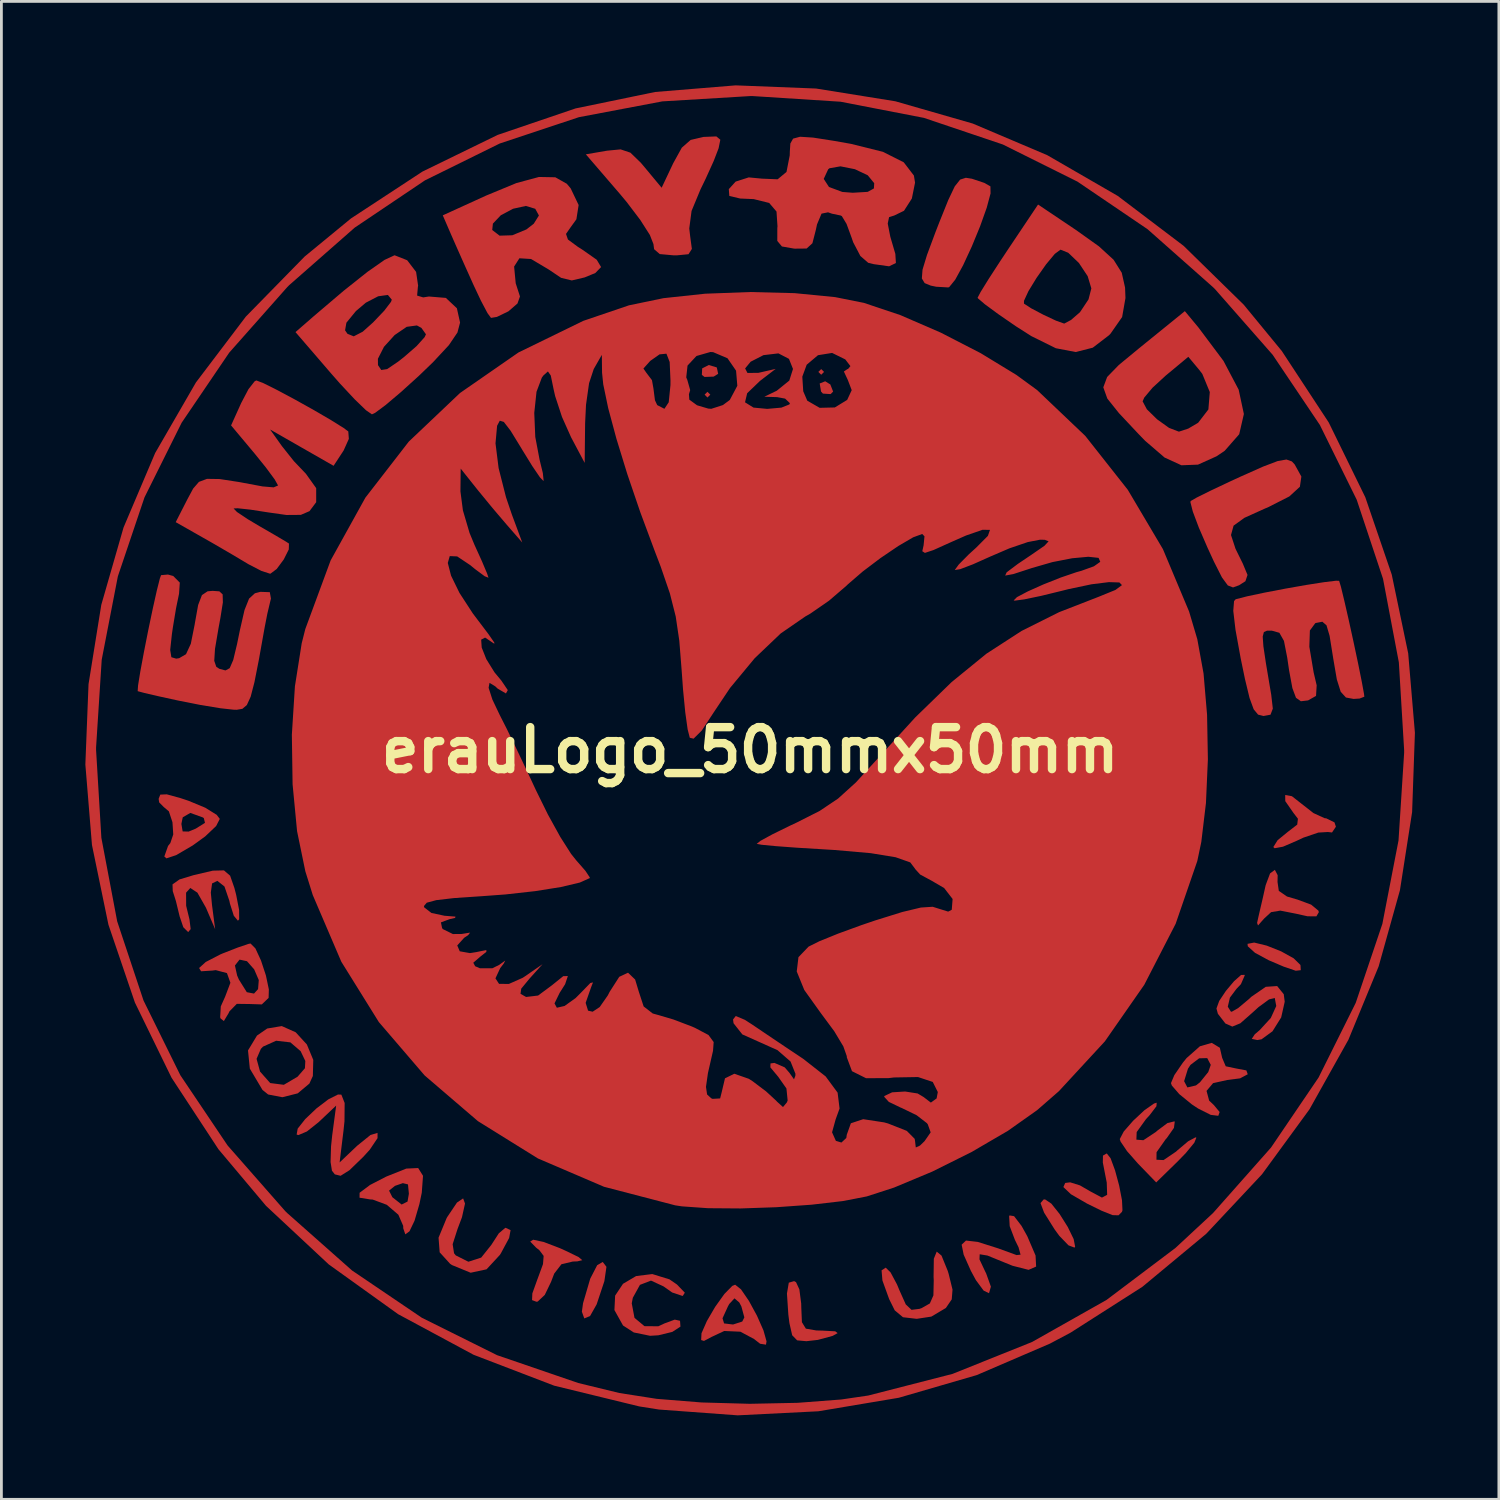
<source format=kicad_pcb>
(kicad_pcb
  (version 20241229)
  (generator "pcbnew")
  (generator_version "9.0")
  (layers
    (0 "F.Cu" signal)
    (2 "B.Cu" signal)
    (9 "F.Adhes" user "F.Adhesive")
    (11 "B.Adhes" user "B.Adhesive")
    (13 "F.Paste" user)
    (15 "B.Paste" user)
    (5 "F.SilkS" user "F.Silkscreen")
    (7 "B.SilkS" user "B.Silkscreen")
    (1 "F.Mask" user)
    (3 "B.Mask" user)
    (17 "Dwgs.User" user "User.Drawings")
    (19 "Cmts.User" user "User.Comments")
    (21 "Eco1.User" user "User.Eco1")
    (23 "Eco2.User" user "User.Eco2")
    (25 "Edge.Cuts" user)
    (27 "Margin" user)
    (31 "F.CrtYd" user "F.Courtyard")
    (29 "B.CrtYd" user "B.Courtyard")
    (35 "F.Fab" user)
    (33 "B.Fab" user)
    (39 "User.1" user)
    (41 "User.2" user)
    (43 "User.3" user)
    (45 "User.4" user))
  (footprint "erauLogo_50mmx50mm"
    (layer "F.Cu")
    (at 23.751 23.751)
    (property "Reference" "erauLogo_50mmx50mm" (at 0 0 0) (layer "F.SilkS") (effects (font (size 1.5 1.5) (thickness 0.3))))
    (attr board_only exclude_from_pos_files exclude_from_bom)
    (fp_poly (pts (xy -1.422 -12.7) (xy -1.524 -12.598) (xy -1.626 -12.7) (xy -1.524 -12.802)) (stroke (width 0) (type solid)) (fill yes) (layer "F.Cu"))
    (fp_poly (pts (xy 2.642 -13.513) (xy 2.54 -13.411) (xy 2.438 -13.513) (xy 2.54 -13.614)) (stroke (width 0) (type solid)) (fill yes) (layer "F.Cu"))
    (fp_poly (pts (xy 2.866 -13.065) (xy 2.966 -12.81) (xy 2.877 -12.72) (xy 2.601 -12.738) (xy 2.534 -12.812) (xy 2.486 -13.1) (xy 2.683 -13.178)) (stroke (width 0) (type solid)) (fill yes) (layer "F.Cu"))
    (fp_poly (pts (xy -1.201 -13.677) (xy -1.188 -13.664) (xy -1.142 -13.445) (xy -1.301 -13.345) (xy -1.629 -13.333) (xy -1.724 -13.406) (xy -1.713 -13.639) (xy -1.478 -13.759)) (stroke (width 0) (type solid)) (fill yes) (layer "F.Cu"))
    (fp_poly (pts (xy -5.133 18.461) (xy -5.207 18.973) (xy -5.483 19.803) (xy -5.719 20.221) (xy -5.925 20.305) (xy -6.011 20.065) (xy -5.969 19.761) (xy -5.713 18.886) (xy -5.464 18.403) (xy -5.266 18.288)) (stroke (width 0) (type solid)) (fill yes) (layer "F.Cu"))
    (fp_poly (pts (xy 10.763 16.204) (xy 11.058 16.574) (xy 11.35 17.038) (xy 11.56 17.47) (xy 11.613 17.744) (xy 11.59 17.775) (xy 11.375 17.694) (xy 11.048 17.355) (xy 10.882 17.128) (xy 10.504 16.526) (xy 10.376 16.185) (xy 10.484 16.057) (xy 10.539 16.053)) (stroke (width 0) (type solid)) (fill yes) (layer "F.Cu"))
    (fp_poly (pts (xy 18.457 6.985) (xy 18.974 7.191) (xy 19.421 7.439) (xy 19.66 7.673) (xy 19.664 7.685) (xy 19.675 7.863) (xy 19.495 7.883) (xy 19.064 7.736) (xy 18.528 7.507) (xy 18.04 7.243) (xy 17.782 7.009) (xy 17.772 6.922) (xy 18.01 6.876)) (stroke (width 0) (type solid)) (fill yes) (layer "F.Cu"))
    (fp_poly (pts (xy 1.64 19.008) (xy 1.76 19.268) (xy 1.825 19.77) (xy 1.829 19.926) (xy 1.851 20.441) (xy 1.992 20.671) (xy 2.365 20.735) (xy 2.591 20.741) (xy 3.043 20.766) (xy 3.127 20.831) (xy 2.946 20.93) (xy 2.418 21.073) (xy 2.008 21.119) (xy 1.681 21.089) (xy 1.503 20.907) (xy 1.404 20.47) (xy 1.366 20.168) (xy 1.316 19.417) (xy 1.382 19.028) (xy 1.572 18.973)) (stroke (width 0) (type solid)) (fill yes) (layer "F.Cu"))
    (fp_poly (pts (xy 18.849 4.469) (xy 18.844 4.711) (xy 18.89 5.029) (xy 19.181 5.23) (xy 19.558 5.341) (xy 20.045 5.521) (xy 20.306 5.737) (xy 20.32 5.79) (xy 20.233 5.94) (xy 19.915 5.937) (xy 19.498 5.844) (xy 18.944 5.735) (xy 18.615 5.789) (xy 18.366 6.018) (xy 18.147 6.265) (xy 18.114 6.174) (xy 18.176 5.893) (xy 18.318 5.283) (xy 18.42 4.826) (xy 18.578 4.405) (xy 18.749 4.278)) (stroke (width 0) (type solid)) (fill yes) (layer "F.Cu"))
    (fp_poly (pts (xy 19.358 1.647) (xy 19.671 1.892) (xy 20.127 2.249) (xy 20.525 2.432) (xy 20.585 2.438) (xy 20.879 2.582) (xy 20.93 2.737) (xy 20.791 2.943) (xy 20.645 2.926) (xy 20.303 2.946) (xy 19.773 3.126) (xy 19.527 3.241) (xy 19.039 3.451) (xy 18.74 3.506) (xy 18.694 3.463) (xy 18.848 3.218) (xy 19.209 2.923) (xy 19.548 2.662) (xy 19.573 2.452) (xy 19.412 2.242) (xy 19.121 1.823) (xy 19.118 1.604)) (stroke (width 0) (type solid)) (fill yes) (layer "F.Cu"))
    (fp_poly (pts (xy -7.379 17.573) (xy -6.799 17.794) (xy -6.604 17.882) (xy -6.129 18.112) (xy -5.996 18.225) (xy -6.175 18.267) (xy -6.334 18.273) (xy -6.741 18.369) (xy -6.999 18.703) (xy -7.112 18.999) (xy -7.336 19.464) (xy -7.588 19.702) (xy -7.634 19.71) (xy -7.791 19.651) (xy -7.781 19.412) (xy -7.598 18.902) (xy -7.592 18.888) (xy -7.4 18.365) (xy -7.377 18.072) (xy -7.53 17.868) (xy -7.645 17.777) (xy -7.857 17.559) (xy -7.751 17.493)) (stroke (width 0) (type solid)) (fill yes) (layer "F.Cu"))
    (fp_poly (pts (xy 7.925 -20.415) (xy 8.369 -20.266) (xy 8.586 -20.143) (xy 8.591 -19.89) (xy 8.454 -19.379) (xy 8.216 -18.712) (xy 7.92 -17.992) (xy 7.61 -17.323) (xy 7.327 -16.806) (xy 7.115 -16.545) (xy 7.081 -16.531) (xy 6.649 -16.556) (xy 6.452 -16.597) (xy 6.236 -16.686) (xy 6.136 -16.852) (xy 6.16 -17.165) (xy 6.32 -17.692) (xy 6.622 -18.504) (xy 6.756 -18.849) (xy 7.079 -19.652) (xy 7.311 -20.141) (xy 7.504 -20.384) (xy 7.707 -20.449)) (stroke (width 0) (type solid)) (fill yes) (layer "F.Cu"))
    (fp_poly (pts (xy 12.88 14.584) (xy 13.038 15.012) (xy 13.186 15.559) (xy 13.287 16.082) (xy 13.304 16.441) (xy 13.286 16.497) (xy 13.163 16.621) (xy 12.952 16.615) (xy 12.557 16.457) (xy 12.04 16.203) (xy 11.463 15.869) (xy 11.193 15.612) (xy 11.258 15.465) (xy 11.436 15.443) (xy 11.785 15.552) (xy 12.16 15.769) (xy 12.571 15.988) (xy 12.757 15.889) (xy 12.742 15.45) (xy 12.704 15.258) (xy 12.602 14.732) (xy 12.607 14.488) (xy 12.728 14.417) (xy 12.747 14.415)) (stroke (width 0) (type solid)) (fill yes) (layer "F.Cu"))
    (fp_poly (pts (xy -10.186 16.201) (xy -10.295 16.69) (xy -10.455 17.115) (xy -10.628 17.654) (xy -10.578 17.977) (xy -10.516 18.054) (xy -10.066 18.28) (xy -9.608 18.132) (xy -9.246 17.678) (xy -8.979 17.265) (xy -8.75 17.071) (xy -8.732 17.069) (xy -8.558 17.15) (xy -8.61 17.431) (xy -8.899 17.969) (xy -8.939 18.034) (xy -9.417 18.551) (xy -9.985 18.673) (xy -10.65 18.4) (xy -10.719 18.354) (xy -11.092 17.943) (xy -11.132 17.421) (xy -10.844 16.723) (xy -10.82 16.68) (xy -10.474 16.166) (xy -10.254 16.017)) (stroke (width 0) (type solid)) (fill yes) (layer "F.Cu"))
    (fp_poly (pts (xy -14.604 12.31) (xy -14.487 12.608) (xy -14.493 13.262) (xy -14.527 13.588) (xy -14.667 14.732) (xy -14.041 14.137) (xy -13.564 13.752) (xy -13.312 13.676) (xy -13.312 13.865) (xy -13.588 14.275) (xy -13.821 14.532) (xy -14.316 15.011) (xy -14.631 15.209) (xy -14.839 15.158) (xy -14.941 15.027) (xy -14.99 14.718) (xy -14.973 14.157) (xy -14.931 13.757) (xy -14.79 12.7) (xy -15.419 13.295) (xy -15.836 13.626) (xy -16.139 13.755) (xy -16.202 13.736) (xy -16.165 13.524) (xy -15.894 13.182) (xy -15.494 12.802) (xy -15.07 12.479) (xy -14.725 12.305)) (stroke (width 0) (type solid)) (fill yes) (layer "F.Cu"))
    (fp_poly (pts (xy -2.882 18.909) (xy -2.613 19.094) (xy -2.333 19.386) (xy -2.405 19.5) (xy -2.422 19.5) (xy -2.786 19.378) (xy -3.095 19.16) (xy -3.541 18.954) (xy -3.936 19.106) (xy -4.191 19.568) (xy -4.229 19.768) (xy -4.131 20.285) (xy -3.775 20.582) (xy -3.279 20.586) (xy -3.062 20.485) (xy -2.692 20.348) (xy -2.504 20.39) (xy -2.489 20.598) (xy -2.78 20.787) (xy -3.277 20.908) (xy -3.575 20.926) (xy -4.156 20.807) (xy -4.541 20.558) (xy -4.848 20.007) (xy -4.823 19.491) (xy -4.541 19.068) (xy -4.074 18.792) (xy -3.496 18.72)) (stroke (width 0) (type solid)) (fill yes) (layer "F.Cu"))
    (fp_poly (pts (xy 6.839 18.061) (xy 7.06 18.604) (xy 7.094 18.714) (xy 7.232 19.276) (xy 7.204 19.625) (xy 6.997 19.928) (xy 6.993 19.933) (xy 6.476 20.24) (xy 5.953 20.32) (xy 5.462 20.263) (xy 5.167 20.017) (xy 4.968 19.615) (xy 4.727 18.949) (xy 4.697 18.588) (xy 4.846 18.491) (xy 5.019 18.662) (xy 5.249 19.093) (xy 5.337 19.304) (xy 5.562 19.805) (xy 5.768 19.999) (xy 6.054 19.963) (xy 6.13 19.936) (xy 6.422 19.77) (xy 6.549 19.482) (xy 6.561 18.945) (xy 6.555 18.818) (xy 6.564 18.172) (xy 6.667 17.918)) (stroke (width 0) (type solid)) (fill yes) (layer "F.Cu"))
    (fp_poly (pts (xy -16.236 10.082) (xy -15.837 10.517) (xy -15.608 11.069) (xy -15.623 11.644) (xy -15.747 11.915) (xy -16.164 12.264) (xy -16.712 12.402) (xy -17.221 12.304) (xy -17.423 12.141) (xy -17.875 11.38) (xy -17.91 11.03) (xy -17.634 11.03) (xy -17.509 11.487) (xy -17.147 11.896) (xy -16.66 11.958) (xy -16.169 11.669) (xy -15.906 11.366) (xy -15.892 11.107) (xy -16.06 10.756) (xy -16.426 10.442) (xy -16.935 10.384) (xy -17.403 10.594) (xy -17.48 10.674) (xy -17.634 11.03) (xy -17.91 11.03) (xy -17.94 10.73) (xy -17.619 10.199) (xy -17.254 9.947) (xy -16.733 9.86)) (stroke (width 0) (type solid)) (fill yes) (layer "F.Cu"))
    (fp_poly (pts (xy -11.687 15.209) (xy -11.731 15.813) (xy -11.816 16.22) (xy -11.99 16.815) (xy -12.171 17.193) (xy -12.319 17.302) (xy -12.393 17.087) (xy -12.395 16.999) (xy -12.568 16.6) (xy -12.983 16.245) (xy -13.484 16.059) (xy -13.58 16.053) (xy -13.955 15.992) (xy -13.953 15.816) (xy -13.85 15.739) (xy -12.9 15.739) (xy -12.782 15.975) (xy -12.451 16.236) (xy -12.24 16.13) (xy -12.192 15.85) (xy -12.224 15.517) (xy -12.408 15.472) (xy -12.689 15.569) (xy -12.9 15.739) (xy -13.85 15.739) (xy -13.58 15.537) (xy -13.001 15.238) (xy -12.285 14.952) (xy -11.86 14.932)) (stroke (width 0) (type solid)) (fill yes) (layer "F.Cu"))
    (fp_poly (pts (xy 9.431 16.652) (xy 9.697 16.998) (xy 9.903 17.367) (xy 10.199 18.058) (xy 10.219 18.453) (xy 9.95 18.57) (xy 9.376 18.424) (xy 9.076 18.302) (xy 8.48 18.059) (xy 8.203 18.013) (xy 8.195 18.195) (xy 8.403 18.637) (xy 8.432 18.693) (xy 8.603 19.17) (xy 8.536 19.405) (xy 8.343 19.311) (xy 8.067 18.937) (xy 7.889 18.608) (xy 7.63 18.027) (xy 7.558 17.67) (xy 7.713 17.523) (xy 8.136 17.572) (xy 8.866 17.803) (xy 9.52 18.042) (xy 9.663 18.028) (xy 9.591 17.764) (xy 9.461 17.499) (xy 9.275 17.01) (xy 9.255 16.656) (xy 9.269 16.625)) (stroke (width 0) (type solid)) (fill yes) (layer "F.Cu"))
    (fp_poly (pts (xy 19.356 -10.315) (xy 19.456 -10.208) (xy 19.696 -9.774) (xy 19.643 -9.409) (xy 19.265 -9.063) (xy 18.528 -8.688) (xy 18.386 -8.627) (xy 17.662 -8.3) (xy 17.274 -8.02) (xy 17.182 -7.685) (xy 17.344 -7.191) (xy 17.604 -6.663) (xy 17.772 -6.259) (xy 17.697 -6.035) (xy 17.47 -5.89) (xy 17.254 -5.812) (xy 17.068 -5.884) (xy 16.859 -6.169) (xy 16.575 -6.729) (xy 16.344 -7.23) (xy 16.032 -7.951) (xy 15.817 -8.524) (xy 15.732 -8.856) (xy 15.74 -8.899) (xy 15.961 -9.026) (xy 16.464 -9.275) (xy 17.158 -9.603) (xy 17.525 -9.772) (xy 18.329 -10.13) (xy 18.848 -10.327) (xy 19.163 -10.383)) (stroke (width 0) (type solid)) (fill yes) (layer "F.Cu"))
    (fp_poly (pts (xy -1.064 -21.809) (xy -1.126 -21.503) (xy -1.3 -21.051) (xy -1.586 -20.419) (xy -1.771 -20.038) (xy -2.092 -19.264) (xy -2.174 -18.638) (xy -2.142 -18.362) (xy -2.081 -17.907) (xy -2.201 -17.718) (xy -2.605 -17.679) (xy -2.734 -17.678) (xy -3.229 -17.723) (xy -3.43 -17.897) (xy -3.454 -18.08) (xy -3.582 -18.406) (xy -3.922 -18.939) (xy -4.412 -19.585) (xy -4.662 -19.884) (xy -5.869 -21.287) (xy -5.119 -21.416) (xy -4.627 -21.464) (xy -4.277 -21.346) (xy -3.908 -20.989) (xy -3.765 -20.82) (xy -3.161 -20.093) (xy -2.747 -20.969) (xy -2.44 -21.525) (xy -2.126 -21.801) (xy -1.679 -21.907) (xy -1.657 -21.909) (xy -1.207 -21.927)) (stroke (width 0) (type solid)) (fill yes) (layer "F.Cu"))
    (fp_poly (pts (xy -0.326 19.266) (xy -0.044 19.677) (xy 0.245 20.208) (xy 0.477 20.733) (xy 0.587 21.124) (xy 0.567 21.243) (xy 0.357 21.21) (xy 0.14 21.041) (xy -0.347 20.78) (xy -0.924 20.754) (xy -1.378 20.967) (xy -1.649 21.11) (xy -1.749 21.078) (xy -1.737 20.836) (xy -1.545 20.4) (xy -1.487 20.3) (xy -0.986 20.3) (xy -0.93 20.484) (xy -0.61 20.523) (xy -0.281 20.417) (xy -0.206 20.269) (xy -0.312 19.877) (xy -0.388 19.734) (xy -0.559 19.588) (xy -0.746 19.791) (xy -0.791 19.873) (xy -0.986 20.3) (xy -1.487 20.3) (xy -1.248 19.891) (xy -0.92 19.432) (xy -0.637 19.143) (xy -0.534 19.101)) (stroke (width 0) (type solid)) (fill yes) (layer "F.Cu"))
    (fp_poly (pts (xy -20.351 1.715) (xy -20.066 1.81) (xy -19.468 2.058) (xy -19.059 2.312) (xy -18.948 2.458) (xy -19.079 2.713) (xy -19.469 3.083) (xy -19.913 3.405) (xy -20.508 3.753) (xy -20.855 3.868) (xy -20.93 3.801) (xy -20.797 3.424) (xy -20.715 3.321) (xy -20.611 3.013) (xy -20.635 2.637) (xy -20.32 2.637) (xy -20.275 2.905) (xy -20.062 2.911) (xy -19.806 2.805) (xy -19.477 2.599) (xy -19.519 2.429) (xy -19.552 2.406) (xy -20.002 2.244) (xy -20.272 2.402) (xy -20.32 2.637) (xy -20.635 2.637) (xy -20.64 2.574) (xy -20.768 2.187) (xy -20.952 2.032) (xy -21.114 1.868) (xy -21.133 1.74) (xy -21.074 1.59) (xy -20.842 1.58)) (stroke (width 0) (type solid)) (fill yes) (layer "F.Cu"))
    (fp_poly (pts (xy -18.579 4.487) (xy -18.426 4.926) (xy -18.363 5.17) (xy -18.258 5.71) (xy -18.256 6.044) (xy -18.3 6.096) (xy -18.447 5.919) (xy -18.586 5.482) (xy -18.606 5.385) (xy -18.781 4.873) (xy -19.031 4.674) (xy -19.04 4.674) (xy -19.223 4.763) (xy -19.269 5.091) (xy -19.226 5.537) (xy -19.113 6.401) (xy -19.442 5.632) (xy -19.748 5.093) (xy -20.001 4.926) (xy -20.152 5.093) (xy -20.15 5.561) (xy -20.032 6.045) (xy -19.988 6.395) (xy -20.078 6.502) (xy -20.252 6.328) (xy -20.382 5.944) (xy -20.516 5.393) (xy -20.629 5.037) (xy -20.637 4.797) (xy -20.386 4.62) (xy -19.882 4.467) (xy -19.198 4.307) (xy -18.8 4.297)) (stroke (width 0) (type solid)) (fill yes) (layer "F.Cu"))
    (fp_poly (pts (xy 14.517 12.725) (xy 14.277 13.041) (xy 14.144 13.186) (xy 13.812 13.647) (xy 13.801 13.918) (xy 14.051 13.938) (xy 14.499 13.642) (xy 14.543 13.601) (xy 14.912 13.325) (xy 15.158 13.265) (xy 15.172 13.276) (xy 15.143 13.498) (xy 14.889 13.86) (xy 14.847 13.905) (xy 14.522 14.367) (xy 14.518 14.635) (xy 14.772 14.648) (xy 15.22 14.344) (xy 15.26 14.306) (xy 15.65 13.977) (xy 15.909 13.837) (xy 15.945 13.846) (xy 15.87 14.029) (xy 15.569 14.395) (xy 15.277 14.696) (xy 14.509 15.446) (xy 13.859 14.774) (xy 13.468 14.33) (xy 13.236 13.986) (xy 13.208 13.897) (xy 13.349 13.628) (xy 13.686 13.242) (xy 14.089 12.866) (xy 14.431 12.627) (xy 14.527 12.598)) (stroke (width 0) (type solid)) (fill yes) (layer "F.Cu"))
    (fp_poly (pts (xy 16.783 10.635) (xy 16.866 10.995) (xy 16.994 11.297) (xy 17.386 11.379) (xy 17.731 11.444) (xy 17.78 11.582) (xy 17.506 11.728) (xy 17.05 11.786) (xy 16.541 11.899) (xy 16.308 12.176) (xy 16.401 12.523) (xy 16.566 12.679) (xy 16.776 12.931) (xy 16.728 13.066) (xy 16.457 13.032) (xy 16.005 12.805) (xy 15.783 12.658) (xy 15.332 12.29) (xy 15.067 11.983) (xy 15.037 11.898) (xy 15.066 11.829) (xy 15.507 11.829) (xy 15.623 12.052) (xy 15.929 11.981) (xy 16.073 11.869) (xy 16.369 11.502) (xy 16.459 11.246) (xy 16.332 11.004) (xy 16.044 11.012) (xy 15.735 11.246) (xy 15.644 11.383) (xy 15.507 11.829) (xy 15.066 11.829) (xy 15.158 11.611) (xy 15.462 11.167) (xy 15.596 11.002) (xy 16.071 10.582) (xy 16.493 10.46)) (stroke (width 0) (type solid)) (fill yes) (layer "F.Cu"))
    (fp_poly (pts (xy 17.672 8.052) (xy 17.537 8.362) (xy 17.374 8.534) (xy 17.143 8.843) (xy 17.067 9.168) (xy 17.178 9.344) (xy 17.21 9.347) (xy 17.435 9.219) (xy 17.813 8.903) (xy 17.909 8.813) (xy 18.424 8.457) (xy 18.831 8.43) (xy 19.067 8.722) (xy 19.101 8.991) (xy 18.975 9.551) (xy 18.665 10.046) (xy 18.272 10.333) (xy 18.124 10.359) (xy 17.923 10.318) (xy 18.029 10.156) (xy 18.208 10.003) (xy 18.603 9.572) (xy 18.799 9.143) (xy 18.745 8.855) (xy 18.54 8.908) (xy 18.164 9.184) (xy 17.954 9.375) (xy 17.515 9.761) (xy 17.229 9.878) (xy 16.987 9.77) (xy 16.976 9.761) (xy 16.713 9.42) (xy 16.662 9.232) (xy 16.761 8.961) (xy 17 8.603) (xy 17.289 8.259) (xy 17.542 8.034) (xy 17.669 8.03)) (stroke (width 0) (type solid)) (fill yes) (layer "F.Cu"))
    (fp_poly (pts (xy 16.014 -15.106) (xy 16.914 -13.905) (xy 17.456 -12.877) (xy 17.642 -12.009) (xy 17.475 -11.286) (xy 16.956 -10.694) (xy 16.665 -10.498) (xy 16.003 -10.2) (xy 15.411 -10.177) (xy 14.809 -10.453) (xy 14.113 -11.052) (xy 13.87 -11.303) (xy 13.179 -12.039) (xy 12.842 -12.461) (xy 14.024 -12.461) (xy 14.176 -12.177) (xy 14.539 -11.821) (xy 14.967 -11.514) (xy 15.316 -11.379) (xy 15.324 -11.379) (xy 15.653 -11.487) (xy 16.008 -11.696) (xy 16.374 -12.172) (xy 16.424 -12.793) (xy 16.157 -13.441) (xy 16.051 -13.58) (xy 15.657 -14.053) (xy 14.843 -13.376) (xy 14.379 -12.949) (xy 14.082 -12.595) (xy 14.024 -12.461) (xy 12.842 -12.461) (xy 12.762 -12.562) (xy 12.619 -12.962) (xy 12.756 -13.331) (xy 13.173 -13.76) (xy 13.875 -14.339) (xy 13.972 -14.418) (xy 15.533 -15.684)) (stroke (width 0) (type solid)) (fill yes) (layer "F.Cu"))
    (fp_poly (pts (xy -17.676 7.084) (xy -17.477 7.514) (xy -17.3 8.051) (xy -17.195 8.551) (xy -17.204 8.853) (xy -17.446 9.086) (xy -17.884 9.072) (xy -18.34 9.066) (xy -18.602 9.333) (xy -18.636 9.404) (xy -18.803 9.681) (xy -18.919 9.589) (xy -18.935 9.546) (xy -18.912 9.155) (xy -18.76 8.817) (xy -18.569 8.313) (xy -18.692 7.968) (xy -19.092 7.861) (xy -19.213 7.877) (xy -19.617 7.902) (xy -19.687 7.785) (xy -19.589 7.696) (xy -18.407 7.696) (xy -18.329 8.051) (xy -18.266 8.197) (xy -17.983 8.649) (xy -17.725 8.699) (xy -17.58 8.539) (xy -17.555 8.216) (xy -17.719 7.835) (xy -17.977 7.542) (xy -18.235 7.487) (xy -18.249 7.494) (xy -18.407 7.696) (xy -19.589 7.696) (xy -19.45 7.57) (xy -18.933 7.302) (xy -18.844 7.264) (xy -18.301 7.052) (xy -17.927 6.925) (xy -17.851 6.909)) (stroke (width 0) (type solid)) (fill yes) (layer "F.Cu"))
    (fp_poly (pts (xy 11.639 -18.586) (xy 12.461 -18.001) (xy 12.987 -17.52) (xy 13.278 -17.057) (xy 13.397 -16.526) (xy 13.411 -16.152) (xy 13.292 -15.474) (xy 12.878 -14.88) (xy 12.817 -14.818) (xy 12.242 -14.378) (xy 11.633 -14.223) (xy 10.923 -14.359) (xy 10.048 -14.792) (xy 9.497 -15.143) (xy 8.863 -15.58) (xy 8.385 -15.932) (xy 8.244 -16.053) (xy 9.785 -16.053) (xy 9.785 -15.953) (xy 10.043 -15.785) (xy 10.483 -15.553) (xy 10.931 -15.343) (xy 11.215 -15.242) (xy 11.227 -15.241) (xy 11.468 -15.37) (xy 11.786 -15.646) (xy 12.091 -16.104) (xy 12.192 -16.497) (xy 12.061 -16.933) (xy 11.747 -17.406) (xy 11.366 -17.77) (xy 11.09 -17.881) (xy 10.886 -17.73) (xy 10.574 -17.355) (xy 10.234 -16.872) (xy 9.945 -16.399) (xy 9.785 -16.053) (xy 8.244 -16.053) (xy 8.143 -16.139) (xy 8.128 -16.164) (xy 8.234 -16.366) (xy 8.518 -16.826) (xy 8.932 -17.464) (xy 9.208 -17.88) (xy 10.288 -19.493)) (stroke (width 0) (type solid)) (fill yes) (layer "F.Cu"))
    (fp_poly (pts (xy -6.961 -20.467) (xy -6.549 -20.235) (xy -6.412 -20.072) (xy -6.127 -19.476) (xy -6.207 -18.966) (xy -6.411 -18.683) (xy -6.578 -18.443) (xy -6.509 -18.243) (xy -6.15 -17.979) (xy -6.005 -17.888) (xy -5.481 -17.521) (xy -5.324 -17.259) (xy -5.53 -17.047) (xy -5.912 -16.889) (xy -6.371 -16.781) (xy -6.753 -16.874) (xy -7.206 -17.178) (xy -7.827 -17.547) (xy -8.243 -17.573) (xy -8.432 -17.277) (xy -8.375 -16.679) (xy -8.223 -16.209) (xy -8.312 -15.957) (xy -8.636 -15.677) (xy -9.047 -15.478) (xy -9.258 -15.443) (xy -9.383 -15.613) (xy -9.617 -16.056) (xy -9.879 -16.612) (xy -10.215 -17.36) (xy -10.528 -18.065) (xy -10.694 -18.444) (xy -10.754 -18.583) (xy -9.214 -18.583) (xy -8.951 -18.381) (xy -8.497 -18.395) (xy -7.994 -18.603) (xy -7.73 -18.808) (xy -7.546 -19.102) (xy -7.677 -19.341) (xy -8.011 -19.443) (xy -8.468 -19.343) (xy -8.907 -19.11) (xy -9.19 -18.812) (xy -9.214 -18.583) (xy -10.754 -18.583) (xy -10.981 -19.107) (xy -9.428 -19.815) (xy -8.347 -20.262) (xy -7.543 -20.478)) (stroke (width 0) (type solid)) (fill yes) (layer "F.Cu"))
    (fp_poly (pts (xy 21.045 -6.048) (xy 21.109 -5.839) (xy 21.231 -5.335) (xy 21.39 -4.64) (xy 21.562 -3.856) (xy 21.725 -3.087) (xy 21.856 -2.437) (xy 21.934 -2.009) (xy 21.946 -1.908) (xy 21.776 -1.842) (xy 21.561 -1.829) (xy 21.289 -1.879) (xy 21.102 -2.084) (xy 20.963 -2.525) (xy 20.833 -3.281) (xy 20.818 -3.378) (xy 20.705 -4.082) (xy 20.594 -4.459) (xy 20.446 -4.587) (xy 20.217 -4.543) (xy 20.191 -4.533) (xy 20 -4.274) (xy 19.981 -3.694) (xy 20.135 -2.775) (xy 20.243 -2.314) (xy 20.22 -1.937) (xy 19.936 -1.776) (xy 19.679 -1.746) (xy 19.504 -1.869) (xy 19.375 -2.215) (xy 19.256 -2.857) (xy 19.191 -3.302) (xy 19.074 -3.902) (xy 18.91 -4.192) (xy 18.645 -4.267) (xy 18.467 -4.267) (xy 18.357 -4.219) (xy 18.315 -4.057) (xy 18.339 -3.712) (xy 18.428 -3.114) (xy 18.582 -2.197) (xy 18.619 -1.981) (xy 18.676 -1.482) (xy 18.593 -1.265) (xy 18.343 -1.219) (xy 18.149 -1.268) (xy 17.992 -1.459) (xy 17.844 -1.863) (xy 17.679 -2.548) (xy 17.53 -3.268) (xy 17.342 -4.301) (xy 17.263 -4.976) (xy 17.291 -5.325) (xy 17.349 -5.39) (xy 17.758 -5.495) (xy 18.387 -5.628) (xy 19.128 -5.77) (xy 19.872 -5.901) (xy 20.511 -6.001) (xy 20.935 -6.052)) (stroke (width 0) (type solid)) (fill yes) (layer "F.Cu"))
    (fp_poly (pts (xy -17.394 -13.113) (xy -16.901 -12.867) (xy -16.265 -12.527) (xy -15.588 -12.149) (xy -14.972 -11.79) (xy -14.521 -11.508) (xy -14.357 -11.386) (xy -14.337 -11.12) (xy -14.523 -10.706) (xy -14.534 -10.689) (xy -14.882 -10.158) (xy -16.017 -10.807) (xy -17.151 -11.456) (xy -16.726 -10.859) (xy -16.302 -10.326) (xy -15.875 -9.878) (xy -15.872 -9.875) (xy -15.504 -9.36) (xy -15.504 -8.857) (xy -15.743 -8.538) (xy -16.052 -8.405) (xy -16.567 -8.401) (xy -17.217 -8.493) (xy -17.855 -8.592) (xy -18.308 -8.641) (xy -18.456 -8.634) (xy -18.334 -8.508) (xy -17.948 -8.25) (xy -17.542 -8.008) (xy -16.988 -7.688) (xy -16.595 -7.456) (xy -16.476 -7.38) (xy -16.483 -7.169) (xy -16.662 -6.813) (xy -16.914 -6.472) (xy -17.138 -6.304) (xy -17.154 -6.303) (xy -17.464 -6.404) (xy -17.929 -6.645) (xy -17.983 -6.678) (xy -18.526 -7.001) (xy -19.215 -7.402) (xy -19.558 -7.597) (xy -20.523 -8.145) (xy -20.104 -8.965) (xy -19.899 -9.346) (xy -19.693 -9.584) (xy -19.405 -9.692) (xy -18.952 -9.685) (xy -18.251 -9.577) (xy -17.424 -9.422) (xy -17.023 -9.388) (xy -16.866 -9.455) (xy -16.987 -9.672) (xy -17.303 -10.1) (xy -17.705 -10.598) (xy -18.545 -11.601) (xy -18.182 -12.404) (xy -17.924 -12.895) (xy -17.701 -13.179) (xy -17.641 -13.208)) (stroke (width 0) (type solid)) (fill yes) (layer "F.Cu"))
    (fp_poly (pts (xy -12.253 -17.503) (xy -11.934 -17.086) (xy -11.862 -16.593) (xy -11.869 -16.56) (xy -11.898 -16.24) (xy -11.681 -16.175) (xy -11.476 -16.207) (xy -10.871 -16.157) (xy -10.477 -15.787) (xy -10.363 -15.275) (xy -10.457 -14.92) (xy -10.765 -14.466) (xy -11.332 -13.857) (xy -11.836 -13.372) (xy -12.481 -12.788) (xy -13.026 -12.327) (xy -13.399 -12.05) (xy -13.513 -11.997) (xy -13.725 -12.144) (xy -14.129 -12.534) (xy -14.657 -13.1) (xy -14.98 -13.468) (xy -15.422 -13.982) (xy -13.299 -13.982) (xy -13.296 -13.755) (xy -13.178 -13.581) (xy -12.968 -13.614) (xy -12.577 -13.879) (xy -12.374 -14.038) (xy -11.916 -14.436) (xy -11.63 -14.754) (xy -11.582 -14.857) (xy -11.745 -15.086) (xy -11.905 -15.173) (xy -12.269 -15.124) (xy -12.7 -14.83) (xy -13.082 -14.409) (xy -13.299 -13.982) (xy -15.422 -13.982) (xy -16.243 -14.935) (xy -16.17 -14.999) (xy -14.472 -14.999) (xy -14.386 -14.874) (xy -14.162 -14.784) (xy -13.841 -14.95) (xy -13.472 -15.28) (xy -13.071 -15.701) (xy -12.831 -16.016) (xy -12.802 -16.093) (xy -12.942 -16.263) (xy -13.289 -16.215) (xy -13.73 -15.986) (xy -14.084 -15.687) (xy -14.424 -15.271) (xy -14.472 -14.999) (xy -16.17 -14.999) (xy -15.589 -15.505) (xy -14.523 -16.411) (xy -13.673 -17.087) (xy -13.061 -17.515) (xy -12.712 -17.677) (xy -12.696 -17.678)) (stroke (width 0) (type solid)) (fill yes) (layer "F.Cu"))
    (fp_poly (pts (xy -20.612 -6.221) (xy -20.377 -5.985) (xy -20.404 -5.586) (xy -20.511 -5.067) (xy -20.625 -4.38) (xy -20.659 -4.145) (xy -20.72 -3.579) (xy -20.678 -3.319) (xy -20.506 -3.268) (xy -20.401 -3.284) (xy -20.155 -3.427) (xy -19.983 -3.8) (xy -19.845 -4.491) (xy -19.84 -4.524) (xy -19.721 -5.187) (xy -19.586 -5.539) (xy -19.384 -5.674) (xy -19.204 -5.69) (xy -18.963 -5.673) (xy -18.846 -5.565) (xy -18.838 -5.276) (xy -18.927 -4.718) (xy -18.995 -4.351) (xy -19.119 -3.619) (xy -19.146 -3.19) (xy -19.073 -2.976) (xy -18.962 -2.904) (xy -18.745 -2.847) (xy -18.594 -2.928) (xy -18.468 -3.219) (xy -18.33 -3.795) (xy -18.23 -4.283) (xy -18.065 -5.004) (xy -17.902 -5.413) (xy -17.693 -5.604) (xy -17.499 -5.655) (xy -17.161 -5.643) (xy -17.12 -5.414) (xy -17.136 -5.351) (xy -17.249 -4.875) (xy -17.348 -4.369) (xy -17.552 -3.228) (xy -17.71 -2.427) (xy -17.845 -1.908) (xy -17.981 -1.611) (xy -18.14 -1.475) (xy -18.343 -1.441) (xy -18.455 -1.444) (xy -18.928 -1.496) (xy -19.642 -1.614) (xy -20.422 -1.768) (xy -21.123 -1.921) (xy -21.643 -2.042) (xy -21.879 -2.105) (xy -21.882 -2.107) (xy -21.868 -2.313) (xy -21.787 -2.813) (xy -21.658 -3.505) (xy -21.504 -4.285) (xy -21.343 -5.052) (xy -21.198 -5.702) (xy -21.089 -6.134) (xy -21.046 -6.251) (xy -20.799 -6.273)) (stroke (width 0) (type solid)) (fill yes) (layer "F.Cu"))
    (fp_poly (pts (xy 2.25 -21.885) (xy 3.006 -21.767) (xy 3.608 -21.66) (xy 4.744 -21.377) (xy 5.489 -21.002) (xy 5.852 -20.529) (xy 5.893 -20.275) (xy 5.779 -19.708) (xy 5.498 -19.27) (xy 5.151 -19.101) (xy 4.965 -19.042) (xy 4.917 -18.814) (xy 5.009 -18.343) (xy 5.189 -17.729) (xy 5.209 -17.403) (xy 4.966 -17.286) (xy 4.416 -17.363) (xy 4.22 -17.411) (xy 3.94 -17.654) (xy 3.682 -18.146) (xy 3.629 -18.302) (xy 3.446 -18.8) (xy 3.278 -19.079) (xy 3.236 -19.101) (xy 2.925 -19.166) (xy 2.785 -19.215) (xy 2.552 -19.168) (xy 2.39 -18.782) (xy 2.35 -18.593) (xy 2.226 -18.11) (xy 2.019 -17.921) (xy 1.6 -17.917) (xy 1.563 -17.92) (xy 1.136 -17.995) (xy 0.971 -18.193) (xy 0.972 -18.647) (xy 0.978 -18.718) (xy 0.943 -19.243) (xy 0.681 -19.55) (xy 0.128 -19.687) (xy -0.356 -19.708) (xy -0.743 -19.8) (xy -0.761 -20.044) (xy -0.516 -20.313) (xy -0.048 -20.463) (xy 0.423 -20.418) (xy 0.983 -20.395) (xy 1 -20.409) (xy 2.63 -20.409) (xy 2.818 -20.12) (xy 3.295 -19.943) (xy 3.666 -19.914) (xy 4.202 -19.946) (xy 4.423 -20.068) (xy 4.434 -20.256) (xy 4.203 -20.538) (xy 3.743 -20.756) (xy 3.228 -20.858) (xy 2.835 -20.789) (xy 2.79 -20.753) (xy 2.63 -20.409) (xy 1 -20.409) (xy 1.3 -20.658) (xy 1.416 -21.251) (xy 1.419 -21.387) (xy 1.438 -21.675) (xy 1.536 -21.848) (xy 1.784 -21.915)) (stroke (width 0) (type solid)) (fill yes) (layer "F.Cu"))
    (fp_poly (pts (xy 2.356 -23.638) (xy 5.19 -23.182) (xy 7.954 -22.387) (xy 10.614 -21.258) (xy 13.137 -19.8) (xy 15.489 -18.017) (xy 17.636 -15.915) (xy 18.996 -14.261) (xy 20.674 -11.706) (xy 21.981 -9.033) (xy 22.925 -6.272) (xy 23.513 -3.457) (xy 23.753 -0.618) (xy 23.653 2.214) (xy 23.218 5.007) (xy 22.457 7.728) (xy 21.377 10.348) (xy 19.986 12.834) (xy 18.29 15.155) (xy 16.298 17.28) (xy 14.015 19.176) (xy 11.451 20.813) (xy 10.712 21.206) (xy 8.098 22.33) (xy 5.313 23.14) (xy 2.439 23.623) (xy -0.444 23.768) (xy -3.254 23.561) (xy -3.962 23.449) (xy -7.001 22.708) (xy -9.881 21.604) (xy -12.576 20.154) (xy -15.057 18.374) (xy -17.296 16.283) (xy -18.996 14.261) (xy -20.672 11.705) (xy -21.981 9.019) (xy -22.927 6.237) (xy -23.515 3.391) (xy -23.751 0.516) (xy -23.731 -0.000001) (xy -23.368 -0.000001) (xy -23.179 3.135) (xy -22.614 6.118) (xy -21.673 8.947) (xy -20.357 11.617) (xy -18.669 14.126) (xy -16.61 16.471) (xy -16.54 16.54) (xy -14.222 18.593) (xy -11.728 20.282) (xy -9.04 21.619) (xy -6.14 22.613) (xy -4.674 22.97) (xy -3.335 23.179) (xy -1.735 23.308) (xy -0.012 23.356) (xy 1.697 23.321) (xy 3.254 23.202) (xy 4.222 23.06) (xy 7.233 22.287) (xy 10.076 21.146) (xy 12.735 19.644) (xy 15.195 17.789) (xy 16.54 16.54) (xy 18.611 14.201) (xy 20.311 11.697) (xy 21.638 9.031) (xy 22.59 6.208) (xy 23.167 3.229) (xy 23.368 0.098) (xy 23.368 0) (xy 23.179 -3.135) (xy 22.614 -6.118) (xy 21.673 -8.947) (xy 20.357 -11.617) (xy 18.669 -14.126) (xy 16.61 -16.471) (xy 16.54 -16.54) (xy 14.201 -18.611) (xy 11.697 -20.311) (xy 9.031 -21.638) (xy 6.208 -22.59) (xy 3.229 -23.167) (xy 0.098 -23.368) (xy -0.000001 -23.368) (xy -3.135 -23.179) (xy -6.118 -22.614) (xy -8.947 -21.673) (xy -11.617 -20.357) (xy -14.126 -18.669) (xy -16.471 -16.61) (xy -16.54 -16.54) (xy -18.611 -14.201) (xy -20.311 -11.697) (xy -21.638 -9.031) (xy -22.59 -6.208) (xy -23.167 -3.229) (xy -23.368 -0.098) (xy -23.368 -0.000001) (xy -23.731 -0.000001) (xy -23.638 -2.356) (xy -23.182 -5.19) (xy -22.387 -7.954) (xy -21.258 -10.614) (xy -19.8 -13.137) (xy -18.017 -15.489) (xy -15.915 -17.636) (xy -14.261 -18.996) (xy -11.705 -20.672) (xy -9.019 -21.981) (xy -6.237 -22.927) (xy -3.391 -23.515) (xy -0.516 -23.751)) (stroke (width 0) (type solid)) (fill yes) (layer "F.Cu"))
    (fp_poly (pts (xy 1.59 -16.327) (xy 3.037 -16.185) (xy 4.064 -15.98) (xy 5.372 -15.541) (xy 6.811 -14.917) (xy 8.239 -14.182) (xy 9.513 -13.406) (xy 10.255 -12.864) (xy 11.976 -11.226) (xy 13.494 -9.301) (xy 14.75 -7.18) (xy 15.684 -4.953) (xy 15.978 -3.962) (xy 16.201 -2.738) (xy 16.327 -1.261) (xy 16.356 0.329) (xy 16.287 1.89) (xy 16.121 3.28) (xy 15.978 3.962) (xy 15.204 6.206) (xy 14.083 8.385) (xy 12.674 10.408) (xy 11.035 12.184) (xy 10.255 12.864) (xy 9.21 13.603) (xy 7.914 14.359) (xy 6.509 15.059) (xy 5.141 15.631) (xy 4.166 15.947) (xy 3.315 16.112) (xy 2.197 16.242) (xy 0.938 16.332) (xy -0.338 16.376) (xy -1.505 16.367) (xy -2.439 16.301) (xy -2.676 16.265) (xy -5.222 15.601) (xy -7.581 14.59) (xy -9.726 13.256) (xy -11.629 11.624) (xy -13.265 9.717) (xy -14.606 7.561) (xy -15.458 5.571) (xy -11.654 5.571) (xy -11.645 5.618) (xy -11.387 5.818) (xy -10.912 5.92) (xy -10.9 5.92) (xy -10.527 5.949) (xy -10.541 5.996) (xy -10.731 6.038) (xy -11.047 6.155) (xy -11.005 6.36) (xy -10.977 6.396) (xy -10.619 6.572) (xy -10.305 6.569) (xy -10.005 6.521) (xy -10.073 6.611) (xy -10.215 6.704) (xy -10.464 6.979) (xy -10.374 7.188) (xy -10.01 7.253) (xy -9.782 7.217) (xy -9.425 7.142) (xy -9.424 7.21) (xy -9.63 7.371) (xy -9.891 7.596) (xy -9.824 7.722) (xy -9.655 7.794) (xy -9.209 7.794) (xy -8.966 7.674) (xy -8.748 7.518) (xy -8.805 7.629) (xy -8.928 7.788) (xy -9.099 8.155) (xy -8.97 8.352) (xy -8.618 8.354) (xy -8.124 8.135) (xy -8.038 8.078) (xy -7.417 7.649) (xy -7.885 8.168) (xy -8.178 8.524) (xy -8.203 8.708) (xy -8.004 8.82) (xy -7.575 8.769) (xy -7.079 8.401) (xy -6.676 8.076) (xy -6.512 8.073) (xy -6.61 8.365) (xy -6.807 8.676) (xy -6.989 9.05) (xy -6.905 9.205) (xy -6.629 9.141) (xy -6.236 8.86) (xy -6.035 8.658) (xy -5.708 8.321) (xy -5.614 8.3) (xy -5.68 8.47) (xy -5.876 9.03) (xy -5.79 9.309) (xy -5.626 9.347) (xy -5.374 9.18) (xy -5.085 8.765) (xy -5.019 8.636) (xy -4.675 8.1) (xy -4.362 7.953) (xy -4.108 8.197) (xy -3.976 8.634) (xy -3.804 9.158) (xy -3.48 9.41) (xy -3.293 9.462) (xy -2.739 9.625) (xy -2.086 9.873) (xy -1.976 9.921) (xy -1.487 10.179) (xy -1.302 10.431) (xy -1.325 10.743) (xy -1.507 11.541) (xy -1.577 12.033) (xy -1.537 12.305) (xy -1.387 12.441) (xy -1.34 12.461) (xy -1.071 12.445) (xy -1.016 12.226) (xy -0.898 11.727) (xy -0.564 11.563) (xy -0.046 11.744) (xy 0.083 11.826) (xy 0.572 12.195) (xy 0.934 12.529) (xy 0.96 12.559) (xy 1.175 12.753) (xy 1.313 12.588) (xy 1.341 12.518) (xy 1.298 12.09) (xy 1.006 11.674) (xy 0.724 11.336) (xy 0.728 11.195) (xy 0.869 11.176) (xy 1.236 11.335) (xy 1.406 11.532) (xy 1.568 11.762) (xy 1.617 11.637) (xy 1.619 11.563) (xy 1.445 11.127) (xy 0.979 10.721) (xy 0.406 10.464) (xy -0.279 10.157) (xy -0.592 9.759) (xy -0.61 9.624) (xy -0.513 9.501) (xy -0.192 9.635) (xy 0.067 9.801) (xy 0.604 10.164) (xy 1.308 10.637) (xy 1.894 11.028) (xy 2.698 11.658) (xy 3.126 12.238) (xy 3.196 12.806) (xy 3.056 13.193) (xy 2.928 13.656) (xy 3.064 13.961) (xy 3.263 14.021) (xy 3.437 13.858) (xy 3.454 13.741) (xy 3.6 13.333) (xy 4.041 13.187) (xy 4.788 13.301) (xy 4.928 13.34) (xy 5.597 13.604) (xy 5.88 13.889) (xy 5.893 13.969) (xy 5.92 14.198) (xy 6.071 14.128) (xy 6.231 13.973) (xy 6.451 13.657) (xy 6.347 13.368) (xy 6.313 13.326) (xy 5.95 13.046) (xy 5.416 12.786) (xy 5.376 12.771) (xy 4.956 12.569) (xy 4.79 12.386) (xy 4.798 12.358) (xy 5.074 12.227) (xy 5.538 12.198) (xy 5.985 12.268) (xy 6.198 12.395) (xy 6.458 12.594) (xy 6.664 12.445) (xy 6.706 12.216) (xy 6.526 11.856) (xy 5.999 11.681) (xy 5.14 11.696) (xy 4.943 11.72) (xy 4.141 11.722) (xy 3.64 11.472) (xy 3.455 10.977) (xy 3.454 10.934) (xy 3.331 10.586) (xy 3.008 10.047) (xy 2.554 9.434) (xy 2.54 9.416) (xy 1.935 8.57) (xy 1.666 7.909) (xy 1.727 7.399) (xy 2.089 7.021) (xy 2.479 6.827) (xy 3.147 6.556) (xy 3.98 6.252) (xy 4.475 6.084) (xy 5.441 5.783) (xy 6.101 5.625) (xy 6.522 5.597) (xy 6.745 5.667) (xy 7.077 5.77) (xy 7.205 5.704) (xy 7.235 5.319) (xy 6.933 4.928) (xy 6.488 4.668) (xy 6.075 4.445) (xy 5.893 4.244) (xy 5.893 4.238) (xy 5.722 4.012) (xy 5.2 3.828) (xy 4.309 3.682) (xy 3.034 3.57) (xy 2.593 3.543) (xy 1.675 3.487) (xy 0.92 3.431) (xy 0.412 3.382) (xy 0.235 3.349) (xy 0.372 3.24) (xy 0.798 3.008) (xy 1.431 2.697) (xy 1.664 2.588) (xy 2.483 2.174) (xy 3.143 1.731) (xy 3.777 1.157) (xy 4.477 0.392) (xy 5.902 -1.17) (xy 7.2 -2.431) (xy 8.441 -3.443) (xy 9.699 -4.258) (xy 11.043 -4.93) (xy 12.458 -5.48) (xy 13.053 -5.723) (xy 13.286 -5.895) (xy 13.195 -5.99) (xy 12.82 -6.002) (xy 12.199 -5.925) (xy 11.372 -5.751) (xy 11.163 -5.698) (xy 10.398 -5.511) (xy 9.797 -5.386) (xy 9.457 -5.341) (xy 9.417 -5.349) (xy 9.534 -5.466) (xy 9.925 -5.672) (xy 10.482 -5.921) (xy 11.096 -6.165) (xy 11.659 -6.357) (xy 11.838 -6.407) (xy 12.285 -6.568) (xy 12.511 -6.728) (xy 12.45 -6.869) (xy 12.086 -6.908) (xy 11.507 -6.855) (xy 10.803 -6.718) (xy 10.062 -6.504) (xy 10.045 -6.498) (xy 9.406 -6.29) (xy 9.113 -6.236) (xy 9.166 -6.352) (xy 9.566 -6.653) (xy 10.055 -6.982) (xy 10.517 -7.301) (xy 10.665 -7.46) (xy 10.53 -7.514) (xy 10.36 -7.518) (xy 9.921 -7.433) (xy 9.267 -7.21) (xy 8.585 -6.917) (xy 7.958 -6.637) (xy 7.504 -6.464) (xy 7.316 -6.435) (xy 7.315 -6.439) (xy 7.455 -6.632) (xy 7.81 -6.991) (xy 8.077 -7.234) (xy 8.496 -7.655) (xy 8.57 -7.868) (xy 8.308 -7.873) (xy 7.716 -7.668) (xy 7.15 -7.418) (xy 6.552 -7.148) (xy 6.245 -7.046) (xy 6.152 -7.106) (xy 6.199 -7.319) (xy 6.199 -7.319) (xy 6.23 -7.639) (xy 6.149 -7.722) (xy 5.826 -7.603) (xy 5.296 -7.293) (xy 4.661 -6.863) (xy 4.027 -6.384) (xy 3.497 -5.927) (xy 3.434 -5.866) (xy 2.821 -5.34) (xy 2.147 -4.874) (xy 1.976 -4.777) (xy 1.094 -4.169) (xy 0.164 -3.283) (xy -0.717 -2.22) (xy -1.291 -1.362) (xy -1.727 -0.699) (xy -2.02 -0.409) (xy -2.155 -0.441) (xy -2.232 -0.741) (xy -2.317 -1.349) (xy -2.397 -2.169) (xy -2.445 -2.838) (xy -2.53 -3.909) (xy -2.658 -4.775) (xy -2.867 -5.6) (xy -3.192 -6.548) (xy -3.409 -7.116) (xy -3.923 -8.498) (xy -4.387 -9.859) (xy -4.777 -11.126) (xy -5.071 -12.221) (xy -5.248 -13.071) (xy -5.29 -13.485) (xy -5.292 -13.634) (xy -3.812 -13.634) (xy -3.708 -13.483) (xy -3.507 -13.219) (xy -3.454 -12.92) (xy -3.4 -12.5) (xy -3.319 -12.327) (xy -3.062 -12.195) (xy -2.908 -12.428) (xy -2.846 -13.041) (xy -2.845 -13.208) (xy -2.85 -13.318) (xy -2.282 -13.318) (xy -2.242 -13.221) (xy -2.141 -12.863) (xy -2.186 -12.716) (xy -2.172 -12.522) (xy -1.897 -12.321) (xy -1.494 -12.202) (xy -1.386 -12.195) (xy -0.972 -12.328) (xy -0.839 -12.427) (xy -0.182 -12.427) (xy 0.121 -12.238) (xy 0.61 -12.192) (xy 1.119 -12.237) (xy 1.402 -12.35) (xy 1.422 -12.395) (xy 1.25 -12.559) (xy 0.965 -12.612) (xy 0.508 -12.626) (xy 0.953 -12.841) (xy 1.4 -13.203) (xy 1.445 -13.344) (xy 1.865 -13.344) (xy 1.898 -12.821) (xy 2.042 -12.485) (xy 2.484 -12.23) (xy 3.027 -12.243) (xy 3.468 -12.513) (xy 3.63 -12.861) (xy 3.491 -13.225) (xy 3.35 -13.527) (xy 3.477 -13.614) (xy 3.496 -13.614) (xy 3.584 -13.72) (xy 3.4 -13.96) (xy 2.93 -14.191) (xy 2.425 -14.11) (xy 2.022 -13.77) (xy 1.865 -13.344) (xy 1.445 -13.344) (xy 1.532 -13.619) (xy 1.388 -13.979) (xy 1.011 -14.175) (xy 0.477 -14.112) (xy 0.019 -13.877) (xy -0.178 -13.638) (xy -0.096 -13.477) (xy 0.285 -13.478) (xy 0.329 -13.487) (xy 0.914 -13.621) (xy 0.356 -13.194) (xy -0.105 -12.751) (xy -0.182 -12.427) (xy -0.839 -12.427) (xy -0.726 -12.511) (xy -0.457 -13.017) (xy -0.502 -13.557) (xy -0.808 -14.001) (xy -1.322 -14.219) (xy -1.422 -14.224) (xy -1.916 -14.082) (xy -2.236 -13.739) (xy -2.282 -13.318) (xy -2.85 -13.318) (xy -2.874 -13.867) (xy -2.99 -14.164) (xy -3.236 -14.14) (xy -3.568 -13.906) (xy -3.812 -13.634) (xy -5.292 -13.634) (xy -5.298 -14.122) (xy -5.588 -13.614) (xy -5.754 -13.109) (xy -5.863 -12.339) (xy -5.895 -11.684) (xy -5.911 -10.262) (xy -6.396 -11.176) (xy -6.721 -11.903) (xy -6.966 -12.649) (xy -7.021 -12.892) (xy -7.122 -13.384) (xy -7.224 -13.53) (xy -7.385 -13.386) (xy -7.441 -13.31) (xy -7.632 -12.803) (xy -7.712 -12.048) (xy -7.676 -11.189) (xy -7.522 -10.375) (xy -7.406 -9.9) (xy -7.378 -9.631) (xy -7.384 -9.617) (xy -7.509 -9.746) (xy -7.78 -10.144) (xy -8.14 -10.728) (xy -8.175 -10.787) (xy -8.559 -11.413) (xy -8.8 -11.726) (xy -8.944 -11.77) (xy -9.04 -11.589) (xy -9.04 -11.589) (xy -9.097 -10.961) (xy -8.986 -10.076) (xy -8.722 -9.036) (xy -8.518 -8.433) (xy -8.141 -7.417) (xy -8.693 -8.05) (xy -9.204 -8.65) (xy -9.73 -9.291) (xy -9.794 -9.371) (xy -10.341 -10.058) (xy -10.35 -9.246) (xy -10.262 -8.567) (xy -10.024 -7.759) (xy -9.853 -7.346) (xy -9.582 -6.748) (xy -9.399 -6.314) (xy -9.347 -6.159) (xy -9.484 -6.213) (xy -9.827 -6.467) (xy -10 -6.609) (xy -10.467 -6.921) (xy -10.732 -6.932) (xy -10.802 -6.687) (xy -10.685 -6.233) (xy -10.385 -5.618) (xy -9.911 -4.889) (xy -9.725 -4.642) (xy -9.349 -4.145) (xy -9.141 -3.844) (xy -9.141 -3.797) (xy -9.155 -3.81) (xy -9.469 -4.021) (xy -9.609 -3.947) (xy -9.59 -3.665) (xy -9.426 -3.251) (xy -9.133 -2.779) (xy -8.892 -2.489) (xy -8.658 -2.144) (xy -8.724 -2.024) (xy -9.021 -2.198) (xy -9.103 -2.276) (xy -9.311 -2.403) (xy -9.343 -2.226) (xy -9.208 -1.806) (xy -8.948 -1.259) (xy -8.689 -0.749) (xy -8.322 0.009) (xy -7.903 0.893) (xy -7.657 1.422) (xy -7.224 2.302) (xy -6.782 3.102) (xy -6.396 3.708) (xy -6.216 3.934) (xy -5.884 4.314) (xy -5.729 4.548) (xy -5.729 4.573) (xy -6.084 4.732) (xy -6.76 4.892) (xy -7.675 5.038) (xy -8.743 5.157) (xy -9.584 5.219) (xy -10.573 5.286) (xy -11.211 5.36) (xy -11.553 5.452) (xy -11.654 5.571) (xy -15.458 5.571) (xy -15.626 5.179) (xy -15.892 4.328) (xy -16.187 2.896) (xy -16.347 1.222) (xy -16.373 -0.55) (xy -16.264 -2.278) (xy -16.021 -3.819) (xy -15.892 -4.328) (xy -14.987 -6.779) (xy -13.746 -9.02) (xy -12.196 -11.022) (xy -10.364 -12.76) (xy -8.277 -14.207) (xy -5.961 -15.337) (xy -4.328 -15.892) (xy -3.094 -16.148) (xy -1.608 -16.307) (xy -0.002 -16.367)) (stroke (width 0) (type solid)) (fill yes) (layer "F.Cu")))
  (gr_rect
    (start -3 -3)
    (end 50.504 50.519)
    (stroke (width 0.1) (type default))
    (fill no)
    (layer "Edge.Cuts")))
</source>
